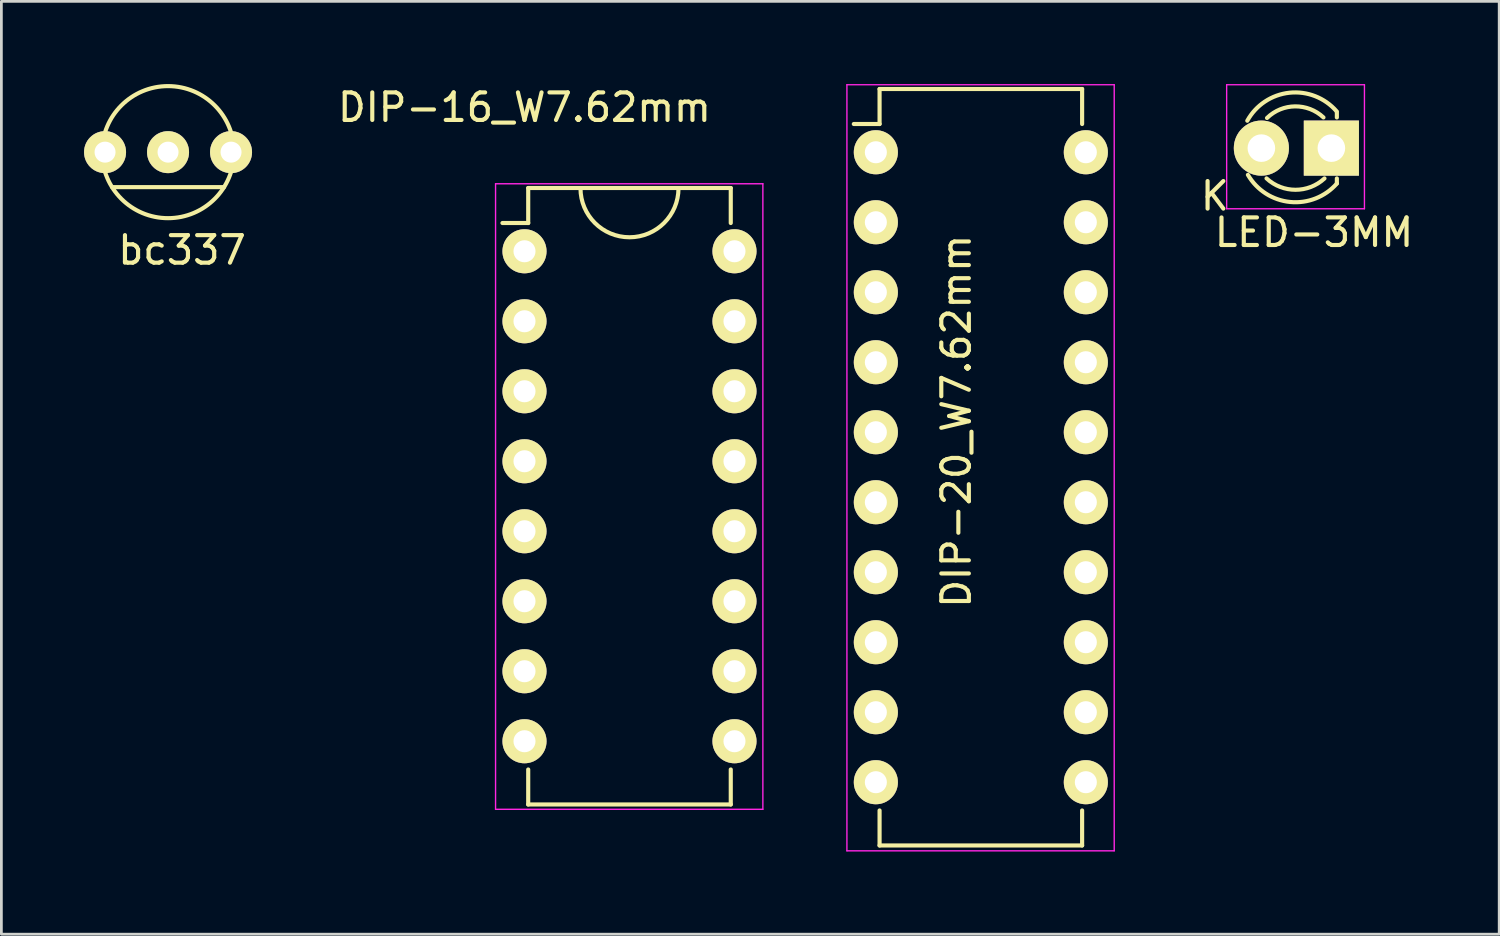
<source format=kicad_pcb>
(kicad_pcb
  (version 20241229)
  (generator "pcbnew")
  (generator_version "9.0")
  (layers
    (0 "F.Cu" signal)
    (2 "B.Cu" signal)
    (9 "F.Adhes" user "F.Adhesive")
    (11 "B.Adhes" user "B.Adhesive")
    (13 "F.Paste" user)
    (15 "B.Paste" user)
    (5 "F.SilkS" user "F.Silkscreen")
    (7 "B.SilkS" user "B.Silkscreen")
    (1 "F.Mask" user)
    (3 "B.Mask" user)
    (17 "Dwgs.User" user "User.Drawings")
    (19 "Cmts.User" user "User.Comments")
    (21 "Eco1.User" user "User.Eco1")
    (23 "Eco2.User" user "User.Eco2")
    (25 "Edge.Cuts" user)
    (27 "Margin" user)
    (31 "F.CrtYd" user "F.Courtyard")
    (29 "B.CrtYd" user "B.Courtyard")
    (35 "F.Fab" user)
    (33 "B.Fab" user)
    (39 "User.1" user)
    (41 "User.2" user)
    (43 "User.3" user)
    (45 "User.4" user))
  (footprint "DIP-16_W7.62mm"
    (layer "F.Cu")
    (at 15.983 6.068)
    (property "Reference" "DIP-16_W7.62mm" (at 0 -5.22 0) (layer "F.SilkS") (effects (font (size 1 1) (thickness 0.15))))
    (attr through_hole)
    (fp_line (start 0.135 -2.295) (end 0.135 -1.025) (stroke (width 0.15) (type solid)) (layer "F.SilkS"))
    (fp_line (start 0.135 -2.295) (end 7.485 -2.295) (stroke (width 0.15) (type solid)) (layer "F.SilkS"))
    (fp_line (start 0.135 -1.025) (end -0.8 -1.025) (stroke (width 0.15) (type solid)) (layer "F.SilkS"))
    (fp_line (start 0.135 20.075) (end 0.135 18.805) (stroke (width 0.15) (type solid)) (layer "F.SilkS"))
    (fp_line (start 0.135 20.075) (end 7.485 20.075) (stroke (width 0.15) (type solid)) (layer "F.SilkS"))
    (fp_line (start 7.485 -2.295) (end 7.485 -1.025) (stroke (width 0.15) (type solid)) (layer "F.SilkS"))
    (fp_line (start 7.485 20.075) (end 7.485 18.805) (stroke (width 0.15) (type solid)) (layer "F.SilkS"))
    (fp_arc (start 5.588 -2.286) (mid 3.81 -0.508) (end 2.032 -2.286) (stroke (width 0.15) (type solid)) (layer "F.SilkS"))
    (fp_line (start -1.05 -2.45) (end -1.05 20.25) (stroke (width 0.05) (type solid)) (layer "F.CrtYd"))
    (fp_line (start -1.05 -2.45) (end 8.65 -2.45) (stroke (width 0.05) (type solid)) (layer "F.CrtYd"))
    (fp_line (start -1.05 20.25) (end 8.65 20.25) (stroke (width 0.05) (type solid)) (layer "F.CrtYd"))
    (fp_line (start 8.65 -2.45) (end 8.65 20.25) (stroke (width 0.05) (type solid)) (layer "F.CrtYd"))
    (pad "1" thru_hole oval (at 0 0) (size 1.6 1.6) (drill 0.8) (layers "*.Cu" "*.Mask" "F.SilkS"))
    (pad "2" thru_hole oval (at 0 2.54) (size 1.6 1.6) (drill 0.8) (layers "*.Cu" "*.Mask" "F.SilkS"))
    (pad "3" thru_hole oval (at 0 5.08) (size 1.6 1.6) (drill 0.8) (layers "*.Cu" "*.Mask" "F.SilkS"))
    (pad "4" thru_hole oval (at 0 7.62) (size 1.6 1.6) (drill 0.8) (layers "*.Cu" "*.Mask" "F.SilkS"))
    (pad "5" thru_hole oval (at 0 10.16) (size 1.6 1.6) (drill 0.8) (layers "*.Cu" "*.Mask" "F.SilkS"))
    (pad "6" thru_hole oval (at 0 12.7) (size 1.6 1.6) (drill 0.8) (layers "*.Cu" "*.Mask" "F.SilkS"))
    (pad "7" thru_hole oval (at 0 15.24) (size 1.6 1.6) (drill 0.8) (layers "*.Cu" "*.Mask" "F.SilkS"))
    (pad "8" thru_hole oval (at 0 17.78) (size 1.6 1.6) (drill 0.8) (layers "*.Cu" "*.Mask" "F.SilkS"))
    (pad "9" thru_hole oval (at 7.62 17.78) (size 1.6 1.6) (drill 0.8) (layers "*.Cu" "*.Mask" "F.SilkS"))
    (pad "10" thru_hole oval (at 7.62 15.24) (size 1.6 1.6) (drill 0.8) (layers "*.Cu" "*.Mask" "F.SilkS"))
    (pad "11" thru_hole oval (at 7.62 12.7) (size 1.6 1.6) (drill 0.8) (layers "*.Cu" "*.Mask" "F.SilkS"))
    (pad "12" thru_hole oval (at 7.62 10.16) (size 1.6 1.6) (drill 0.8) (layers "*.Cu" "*.Mask" "F.SilkS"))
    (pad "13" thru_hole oval (at 7.62 7.62) (size 1.6 1.6) (drill 0.8) (layers "*.Cu" "*.Mask" "F.SilkS"))
    (pad "14" thru_hole oval (at 7.62 5.08) (size 1.6 1.6) (drill 0.8) (layers "*.Cu" "*.Mask" "F.SilkS"))
    (pad "15" thru_hole oval (at 7.62 2.54) (size 1.6 1.6) (drill 0.8) (layers "*.Cu" "*.Mask" "F.SilkS"))
    (pad "16" thru_hole oval (at 7.62 0) (size 1.6 1.6) (drill 0.8) (layers "*.Cu" "*.Mask" "F.SilkS")))
  (footprint "DIP-20_W7.62mm"
    (layer "F.Cu")
    (at 28.733 2.475)
    (property "Reference" "DIP-20_W7.62mm" (at 2.92 9.76 90) (layer "F.SilkS") (effects (font (size 1 1) (thickness 0.15))))
    (attr through_hole)
    (fp_line (start 0.135 -2.295) (end 0.135 -1.025) (stroke (width 0.15) (type solid)) (layer "F.SilkS"))
    (fp_line (start 0.135 -2.295) (end 7.485 -2.295) (stroke (width 0.15) (type solid)) (layer "F.SilkS"))
    (fp_line (start 0.135 -1.025) (end -0.8 -1.025) (stroke (width 0.15) (type solid)) (layer "F.SilkS"))
    (fp_line (start 0.135 25.155) (end 0.135 23.885) (stroke (width 0.15) (type solid)) (layer "F.SilkS"))
    (fp_line (start 0.135 25.155) (end 7.485 25.155) (stroke (width 0.15) (type solid)) (layer "F.SilkS"))
    (fp_line (start 7.485 -2.295) (end 7.485 -1.025) (stroke (width 0.15) (type solid)) (layer "F.SilkS"))
    (fp_line (start 7.485 25.155) (end 7.485 23.885) (stroke (width 0.15) (type solid)) (layer "F.SilkS"))
    (fp_line (start -1.05 -2.45) (end -1.05 25.35) (stroke (width 0.05) (type solid)) (layer "F.CrtYd"))
    (fp_line (start -1.05 -2.45) (end 8.65 -2.45) (stroke (width 0.05) (type solid)) (layer "F.CrtYd"))
    (fp_line (start -1.05 25.35) (end 8.65 25.35) (stroke (width 0.05) (type solid)) (layer "F.CrtYd"))
    (fp_line (start 8.65 -2.45) (end 8.65 25.35) (stroke (width 0.05) (type solid)) (layer "F.CrtYd"))
    (pad "1" thru_hole oval (at 0 0) (size 1.6 1.6) (drill 0.8) (layers "*.Cu" "*.Mask" "F.SilkS"))
    (pad "2" thru_hole oval (at 0 2.54) (size 1.6 1.6) (drill 0.8) (layers "*.Cu" "*.Mask" "F.SilkS"))
    (pad "3" thru_hole oval (at 0 5.08) (size 1.6 1.6) (drill 0.8) (layers "*.Cu" "*.Mask" "F.SilkS"))
    (pad "4" thru_hole oval (at 0 7.62) (size 1.6 1.6) (drill 0.8) (layers "*.Cu" "*.Mask" "F.SilkS"))
    (pad "5" thru_hole oval (at 0 10.16) (size 1.6 1.6) (drill 0.8) (layers "*.Cu" "*.Mask" "F.SilkS"))
    (pad "6" thru_hole oval (at 0 12.7) (size 1.6 1.6) (drill 0.8) (layers "*.Cu" "*.Mask" "F.SilkS"))
    (pad "7" thru_hole oval (at 0 15.24) (size 1.6 1.6) (drill 0.8) (layers "*.Cu" "*.Mask" "F.SilkS"))
    (pad "8" thru_hole oval (at 0 17.78) (size 1.6 1.6) (drill 0.8) (layers "*.Cu" "*.Mask" "F.SilkS"))
    (pad "9" thru_hole oval (at 0 20.32) (size 1.6 1.6) (drill 0.8) (layers "*.Cu" "*.Mask" "F.SilkS"))
    (pad "10" thru_hole oval (at 0 22.86) (size 1.6 1.6) (drill 0.8) (layers "*.Cu" "*.Mask" "F.SilkS"))
    (pad "11" thru_hole oval (at 7.62 22.86) (size 1.6 1.6) (drill 0.8) (layers "*.Cu" "*.Mask" "F.SilkS"))
    (pad "12" thru_hole oval (at 7.62 20.32) (size 1.6 1.6) (drill 0.8) (layers "*.Cu" "*.Mask" "F.SilkS"))
    (pad "13" thru_hole oval (at 7.62 17.78) (size 1.6 1.6) (drill 0.8) (layers "*.Cu" "*.Mask" "F.SilkS"))
    (pad "14" thru_hole oval (at 7.62 15.24) (size 1.6 1.6) (drill 0.8) (layers "*.Cu" "*.Mask" "F.SilkS"))
    (pad "15" thru_hole oval (at 7.62 12.7) (size 1.6 1.6) (drill 0.8) (layers "*.Cu" "*.Mask" "F.SilkS"))
    (pad "16" thru_hole oval (at 7.62 10.16) (size 1.6 1.6) (drill 0.8) (layers "*.Cu" "*.Mask" "F.SilkS"))
    (pad "17" thru_hole oval (at 7.62 7.62) (size 1.6 1.6) (drill 0.8) (layers "*.Cu" "*.Mask" "F.SilkS"))
    (pad "18" thru_hole oval (at 7.62 5.08) (size 1.6 1.6) (drill 0.8) (layers "*.Cu" "*.Mask" "F.SilkS"))
    (pad "19" thru_hole oval (at 7.62 2.54) (size 1.6 1.6) (drill 0.8) (layers "*.Cu" "*.Mask" "F.SilkS"))
    (pad "20" thru_hole oval (at 7.62 0) (size 1.6 1.6) (drill 0.8) (layers "*.Cu" "*.Mask" "F.SilkS")))
  (footprint "bc337"
    (placed yes)
    (layer "F.Cu")
    (at 3.048 2.471)
    (property "Reference" "bc337" (at 0.508 3.556 0) (layer "F.SilkS") (effects (font (size 1 1) (thickness 0.15))))
    (attr through_hole)
    (fp_line (start -2.032 1.27) (end 2.032 1.27) (stroke (width 0.15) (type solid)) (layer "F.SilkS"))
    (fp_circle (center 0 0) (end 2.032 1.27) (stroke (width 0.15) (type solid)) (fill no) (layer "F.SilkS"))
    (pad "1" thru_hole circle (at -2.286 0) (size 1.524 1.524) (drill 0.762) (layers "*.Cu" "*.Mask" "F.SilkS"))
    (pad "2" thru_hole circle (at 2.286 0) (size 1.524 1.524) (drill 0.762) (layers "*.Cu" "*.Mask" "F.SilkS"))
    (pad "3" thru_hole circle (at 0 0) (size 1.524 1.524) (drill 0.762) (layers "*.Cu" "*.Mask" "F.SilkS")))
  (footprint "LED-3MM"
    (layer "F.Cu")
    (at 43.993 2.325)
    (property "Reference" "LED-3MM" (at 0.64 3.06 0) (layer "F.SilkS") (effects (font (size 1 1) (thickness 0.15))))
    (attr through_hole)
    (fp_line (start 1.469 -1.314) (end 1.469 -1.114) (stroke (width 0.15) (type solid)) (layer "F.SilkS"))
    (fp_line (start 1.469 1.28) (end 1.469 1.1) (stroke (width 0.15) (type solid)) (layer "F.SilkS"))
    (fp_arc (start -1.781 -0.994) (mid -0.252637 -2.009958) (end 1.45622 -1.340726) (stroke (width 0.15) (type solid)) (layer "F.SilkS"))
    (fp_arc (start -1.065 -1.094) (mid -0.04492 -1.51473) (end 0.982889 -1.113252) (stroke (width 0.15) (type solid)) (layer "F.SilkS"))
    (fp_arc (start 1.02 1.1) (mid -0.031686 1.512142) (end -1.083005 1.099067) (stroke (width 0.15) (type solid)) (layer "F.SilkS"))
    (fp_arc (start 1.469 1.286) (mid -0.225903 1.954571) (end -1.758744 0.969643) (stroke (width 0.15) (type solid)) (layer "F.SilkS"))
    (fp_line (start -2.53 -2.3) (end -2.53 2.2) (stroke (width 0.05) (type solid)) (layer "F.CrtYd"))
    (fp_line (start -2.53 2.2) (end 2.47 2.2) (stroke (width 0.05) (type solid)) (layer "F.CrtYd"))
    (fp_line (start 2.47 -2.3) (end -2.53 -2.3) (stroke (width 0.05) (type solid)) (layer "F.CrtYd"))
    (fp_line (start 2.47 2.2) (end 2.47 -2.3) (stroke (width 0.05) (type solid)) (layer "F.CrtYd"))
    (fp_text user "K" (at -2.96 1.74 0) (layer "F.SilkS") (effects (font (size 1 1) (thickness 0.15))))
    (pad "1" thru_hole rect (at 1.27 0 270) (size 2 2) (drill 1.001) (layers "*.Cu" "*.Mask" "F.SilkS"))
    (pad "2" thru_hole circle (at -1.27 0 180) (size 2 2) (drill 1.001) (layers "*.Cu" "*.Mask" "F.SilkS")))
  (gr_rect
    (start -3 -3)
    (end 51.353 30.85)
    (stroke (width 0.1) (type default))
    (fill no)
    (layer "Edge.Cuts")))
</source>
